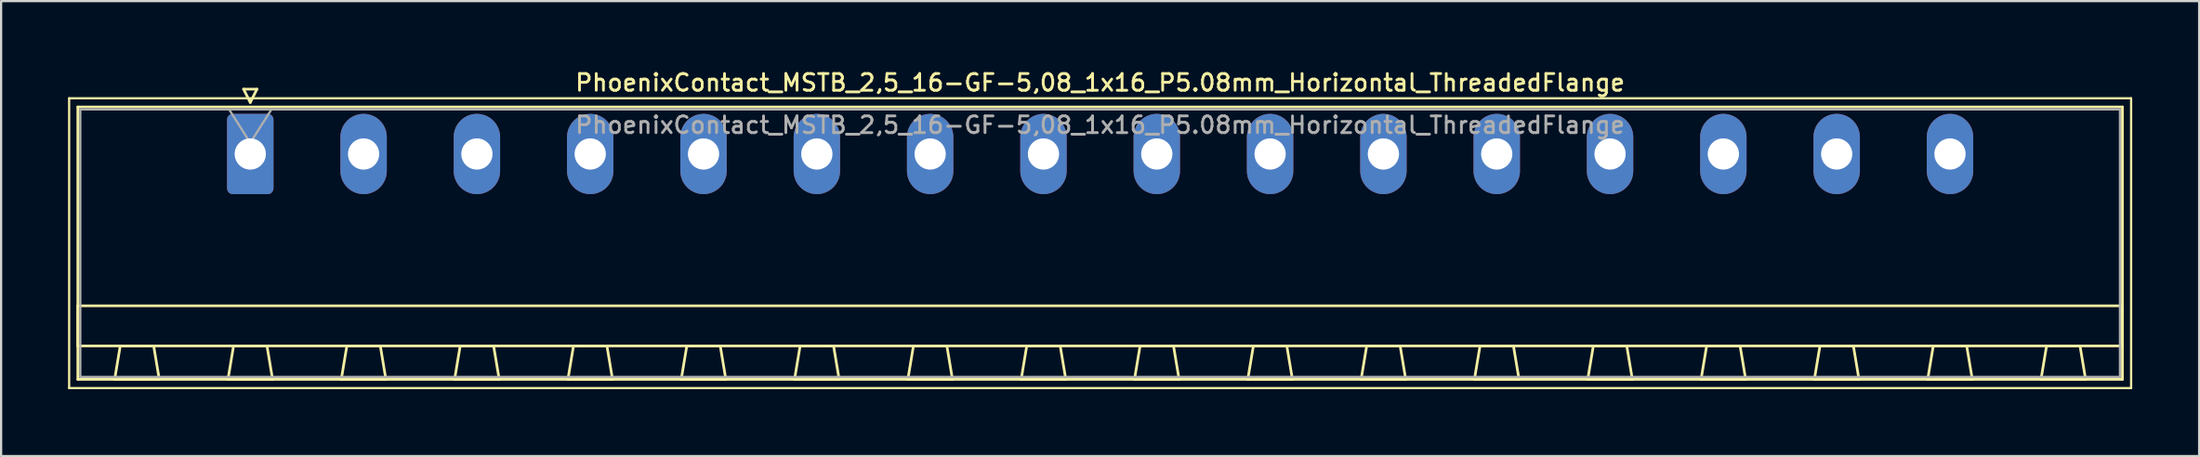
<source format=kicad_pcb>
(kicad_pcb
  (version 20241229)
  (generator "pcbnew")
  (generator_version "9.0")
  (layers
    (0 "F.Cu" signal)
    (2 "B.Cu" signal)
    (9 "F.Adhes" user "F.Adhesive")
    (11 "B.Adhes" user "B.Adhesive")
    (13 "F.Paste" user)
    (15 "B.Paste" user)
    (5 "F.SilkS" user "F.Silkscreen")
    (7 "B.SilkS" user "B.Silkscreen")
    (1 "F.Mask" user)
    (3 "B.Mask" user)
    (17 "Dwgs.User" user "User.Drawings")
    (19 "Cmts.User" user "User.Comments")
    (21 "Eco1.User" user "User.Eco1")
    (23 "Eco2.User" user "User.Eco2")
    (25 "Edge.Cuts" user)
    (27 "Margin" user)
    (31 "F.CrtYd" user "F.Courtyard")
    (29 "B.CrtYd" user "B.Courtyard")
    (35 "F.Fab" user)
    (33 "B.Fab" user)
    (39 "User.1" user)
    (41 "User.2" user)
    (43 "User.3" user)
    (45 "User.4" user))
  (footprint "PhoenixContact_MSTB_2,5_16-GF-5,08_1x16_P5.08mm_Horizontal_ThreadedFlange"
    (layer "F.Cu")
    (at 8.17 3.858)
    (property "Reference" "PhoenixContact_MSTB_2,5_16-GF-5,08_1x16_P5.08mm_Horizontal_ThreadedFlange" (at 38.1 -3.2 0) (layer "F.SilkS") (effects (font (size 0.75 0.75) (thickness 0.125))))
    (attr through_hole)
    (fp_line (start -8.12 -2.5) (end -8.12 10.5) (stroke (width 0.1) (type solid)) (layer "F.SilkS"))
    (fp_line (start -8.12 10.5) (end 84.32 10.5) (stroke (width 0.1) (type solid)) (layer "F.SilkS"))
    (fp_line (start -7.73 -2.11) (end -7.73 10.11) (stroke (width 0.12) (type solid)) (layer "F.SilkS"))
    (fp_line (start -7.73 6.81) (end 83.93 6.81) (stroke (width 0.12) (type solid)) (layer "F.SilkS"))
    (fp_line (start -7.73 8.61) (end -7.73 6.81) (stroke (width 0.12) (type solid)) (layer "F.SilkS"))
    (fp_line (start -7.73 10.11) (end 83.93 10.11) (stroke (width 0.12) (type solid)) (layer "F.SilkS"))
    (fp_line (start -6.08 10.11) (end -4.08 10.11) (stroke (width 0.12) (type solid)) (layer "F.SilkS"))
    (fp_line (start -5.83 8.61) (end -6.08 10.11) (stroke (width 0.12) (type solid)) (layer "F.SilkS"))
    (fp_line (start -4.33 8.61) (end -5.83 8.61) (stroke (width 0.12) (type solid)) (layer "F.SilkS"))
    (fp_line (start -4.08 10.11) (end -4.33 8.61) (stroke (width 0.12) (type solid)) (layer "F.SilkS"))
    (fp_line (start -1 10.11) (end 1 10.11) (stroke (width 0.12) (type solid)) (layer "F.SilkS"))
    (fp_line (start -0.75 8.61) (end -1 10.11) (stroke (width 0.12) (type solid)) (layer "F.SilkS"))
    (fp_line (start -0.3 -2.91) (end 0.3 -2.91) (stroke (width 0.12) (type solid)) (layer "F.SilkS"))
    (fp_line (start 0 -2.31) (end -0.3 -2.91) (stroke (width 0.12) (type solid)) (layer "F.SilkS"))
    (fp_line (start 0.3 -2.91) (end 0 -2.31) (stroke (width 0.12) (type solid)) (layer "F.SilkS"))
    (fp_line (start 0.75 8.61) (end -0.75 8.61) (stroke (width 0.12) (type solid)) (layer "F.SilkS"))
    (fp_line (start 1 10.11) (end 0.75 8.61) (stroke (width 0.12) (type solid)) (layer "F.SilkS"))
    (fp_line (start 4.08 10.11) (end 6.08 10.11) (stroke (width 0.12) (type solid)) (layer "F.SilkS"))
    (fp_line (start 4.33 8.61) (end 4.08 10.11) (stroke (width 0.12) (type solid)) (layer "F.SilkS"))
    (fp_line (start 5.83 8.61) (end 4.33 8.61) (stroke (width 0.12) (type solid)) (layer "F.SilkS"))
    (fp_line (start 6.08 10.11) (end 5.83 8.61) (stroke (width 0.12) (type solid)) (layer "F.SilkS"))
    (fp_line (start 9.16 10.11) (end 11.16 10.11) (stroke (width 0.12) (type solid)) (layer "F.SilkS"))
    (fp_line (start 9.41 8.61) (end 9.16 10.11) (stroke (width 0.12) (type solid)) (layer "F.SilkS"))
    (fp_line (start 10.91 8.61) (end 9.41 8.61) (stroke (width 0.12) (type solid)) (layer "F.SilkS"))
    (fp_line (start 11.16 10.11) (end 10.91 8.61) (stroke (width 0.12) (type solid)) (layer "F.SilkS"))
    (fp_line (start 14.24 10.11) (end 16.24 10.11) (stroke (width 0.12) (type solid)) (layer "F.SilkS"))
    (fp_line (start 14.49 8.61) (end 14.24 10.11) (stroke (width 0.12) (type solid)) (layer "F.SilkS"))
    (fp_line (start 15.99 8.61) (end 14.49 8.61) (stroke (width 0.12) (type solid)) (layer "F.SilkS"))
    (fp_line (start 16.24 10.11) (end 15.99 8.61) (stroke (width 0.12) (type solid)) (layer "F.SilkS"))
    (fp_line (start 19.32 10.11) (end 21.32 10.11) (stroke (width 0.12) (type solid)) (layer "F.SilkS"))
    (fp_line (start 19.57 8.61) (end 19.32 10.11) (stroke (width 0.12) (type solid)) (layer "F.SilkS"))
    (fp_line (start 21.07 8.61) (end 19.57 8.61) (stroke (width 0.12) (type solid)) (layer "F.SilkS"))
    (fp_line (start 21.32 10.11) (end 21.07 8.61) (stroke (width 0.12) (type solid)) (layer "F.SilkS"))
    (fp_line (start 24.4 10.11) (end 26.4 10.11) (stroke (width 0.12) (type solid)) (layer "F.SilkS"))
    (fp_line (start 24.65 8.61) (end 24.4 10.11) (stroke (width 0.12) (type solid)) (layer "F.SilkS"))
    (fp_line (start 26.15 8.61) (end 24.65 8.61) (stroke (width 0.12) (type solid)) (layer "F.SilkS"))
    (fp_line (start 26.4 10.11) (end 26.15 8.61) (stroke (width 0.12) (type solid)) (layer "F.SilkS"))
    (fp_line (start 29.48 10.11) (end 31.48 10.11) (stroke (width 0.12) (type solid)) (layer "F.SilkS"))
    (fp_line (start 29.73 8.61) (end 29.48 10.11) (stroke (width 0.12) (type solid)) (layer "F.SilkS"))
    (fp_line (start 31.23 8.61) (end 29.73 8.61) (stroke (width 0.12) (type solid)) (layer "F.SilkS"))
    (fp_line (start 31.48 10.11) (end 31.23 8.61) (stroke (width 0.12) (type solid)) (layer "F.SilkS"))
    (fp_line (start 34.56 10.11) (end 36.56 10.11) (stroke (width 0.12) (type solid)) (layer "F.SilkS"))
    (fp_line (start 34.81 8.61) (end 34.56 10.11) (stroke (width 0.12) (type solid)) (layer "F.SilkS"))
    (fp_line (start 36.31 8.61) (end 34.81 8.61) (stroke (width 0.12) (type solid)) (layer "F.SilkS"))
    (fp_line (start 36.56 10.11) (end 36.31 8.61) (stroke (width 0.12) (type solid)) (layer "F.SilkS"))
    (fp_line (start 39.64 10.11) (end 41.64 10.11) (stroke (width 0.12) (type solid)) (layer "F.SilkS"))
    (fp_line (start 39.89 8.61) (end 39.64 10.11) (stroke (width 0.12) (type solid)) (layer "F.SilkS"))
    (fp_line (start 41.39 8.61) (end 39.89 8.61) (stroke (width 0.12) (type solid)) (layer "F.SilkS"))
    (fp_line (start 41.64 10.11) (end 41.39 8.61) (stroke (width 0.12) (type solid)) (layer "F.SilkS"))
    (fp_line (start 44.72 10.11) (end 46.72 10.11) (stroke (width 0.12) (type solid)) (layer "F.SilkS"))
    (fp_line (start 44.97 8.61) (end 44.72 10.11) (stroke (width 0.12) (type solid)) (layer "F.SilkS"))
    (fp_line (start 46.47 8.61) (end 44.97 8.61) (stroke (width 0.12) (type solid)) (layer "F.SilkS"))
    (fp_line (start 46.72 10.11) (end 46.47 8.61) (stroke (width 0.12) (type solid)) (layer "F.SilkS"))
    (fp_line (start 49.8 10.11) (end 51.8 10.11) (stroke (width 0.12) (type solid)) (layer "F.SilkS"))
    (fp_line (start 50.05 8.61) (end 49.8 10.11) (stroke (width 0.12) (type solid)) (layer "F.SilkS"))
    (fp_line (start 51.55 8.61) (end 50.05 8.61) (stroke (width 0.12) (type solid)) (layer "F.SilkS"))
    (fp_line (start 51.8 10.11) (end 51.55 8.61) (stroke (width 0.12) (type solid)) (layer "F.SilkS"))
    (fp_line (start 54.88 10.11) (end 56.88 10.11) (stroke (width 0.12) (type solid)) (layer "F.SilkS"))
    (fp_line (start 55.13 8.61) (end 54.88 10.11) (stroke (width 0.12) (type solid)) (layer "F.SilkS"))
    (fp_line (start 56.63 8.61) (end 55.13 8.61) (stroke (width 0.12) (type solid)) (layer "F.SilkS"))
    (fp_line (start 56.88 10.11) (end 56.63 8.61) (stroke (width 0.12) (type solid)) (layer "F.SilkS"))
    (fp_line (start 59.96 10.11) (end 61.96 10.11) (stroke (width 0.12) (type solid)) (layer "F.SilkS"))
    (fp_line (start 60.21 8.61) (end 59.96 10.11) (stroke (width 0.12) (type solid)) (layer "F.SilkS"))
    (fp_line (start 61.71 8.61) (end 60.21 8.61) (stroke (width 0.12) (type solid)) (layer "F.SilkS"))
    (fp_line (start 61.96 10.11) (end 61.71 8.61) (stroke (width 0.12) (type solid)) (layer "F.SilkS"))
    (fp_line (start 65.04 10.11) (end 67.04 10.11) (stroke (width 0.12) (type solid)) (layer "F.SilkS"))
    (fp_line (start 65.29 8.61) (end 65.04 10.11) (stroke (width 0.12) (type solid)) (layer "F.SilkS"))
    (fp_line (start 66.79 8.61) (end 65.29 8.61) (stroke (width 0.12) (type solid)) (layer "F.SilkS"))
    (fp_line (start 67.04 10.11) (end 66.79 8.61) (stroke (width 0.12) (type solid)) (layer "F.SilkS"))
    (fp_line (start 70.12 10.11) (end 72.12 10.11) (stroke (width 0.12) (type solid)) (layer "F.SilkS"))
    (fp_line (start 70.37 8.61) (end 70.12 10.11) (stroke (width 0.12) (type solid)) (layer "F.SilkS"))
    (fp_line (start 71.87 8.61) (end 70.37 8.61) (stroke (width 0.12) (type solid)) (layer "F.SilkS"))
    (fp_line (start 72.12 10.11) (end 71.87 8.61) (stroke (width 0.12) (type solid)) (layer "F.SilkS"))
    (fp_line (start 75.2 10.11) (end 77.2 10.11) (stroke (width 0.12) (type solid)) (layer "F.SilkS"))
    (fp_line (start 75.45 8.61) (end 75.2 10.11) (stroke (width 0.12) (type solid)) (layer "F.SilkS"))
    (fp_line (start 76.95 8.61) (end 75.45 8.61) (stroke (width 0.12) (type solid)) (layer "F.SilkS"))
    (fp_line (start 77.2 10.11) (end 76.95 8.61) (stroke (width 0.12) (type solid)) (layer "F.SilkS"))
    (fp_line (start 80.28 10.11) (end 82.28 10.11) (stroke (width 0.12) (type solid)) (layer "F.SilkS"))
    (fp_line (start 80.53 8.61) (end 80.28 10.11) (stroke (width 0.12) (type solid)) (layer "F.SilkS"))
    (fp_line (start 82.03 8.61) (end 80.53 8.61) (stroke (width 0.12) (type solid)) (layer "F.SilkS"))
    (fp_line (start 82.28 10.11) (end 82.03 8.61) (stroke (width 0.12) (type solid)) (layer "F.SilkS"))
    (fp_line (start 83.93 -2.11) (end -7.73 -2.11) (stroke (width 0.12) (type solid)) (layer "F.SilkS"))
    (fp_line (start 83.93 6.81) (end 83.93 8.61) (stroke (width 0.12) (type solid)) (layer "F.SilkS"))
    (fp_line (start 83.93 8.61) (end -7.73 8.61) (stroke (width 0.12) (type solid)) (layer "F.SilkS"))
    (fp_line (start 83.93 10.11) (end 83.93 -2.11) (stroke (width 0.12) (type solid)) (layer "F.SilkS"))
    (fp_line (start 84.32 -2.5) (end -8.12 -2.5) (stroke (width 0.1) (type solid)) (layer "F.SilkS"))
    (fp_line (start 84.32 10.5) (end 84.32 -2.5) (stroke (width 0.1) (type solid)) (layer "F.SilkS"))
    (fp_line (start -7.62 -2) (end -7.62 10) (stroke (width 0.1) (type solid)) (layer "F.Fab"))
    (fp_line (start -7.62 10) (end 83.82 10) (stroke (width 0.1) (type solid)) (layer "F.Fab"))
    (fp_line (start 0 -0.5) (end -0.95 -2) (stroke (width 0.1) (type solid)) (layer "F.Fab"))
    (fp_line (start 0.95 -2) (end 0 -0.5) (stroke (width 0.1) (type solid)) (layer "F.Fab"))
    (fp_line (start 83.82 -2) (end -7.62 -2) (stroke (width 0.1) (type solid)) (layer "F.Fab"))
    (fp_line (start 83.82 10) (end 83.82 -2) (stroke (width 0.1) (type solid)) (layer "F.Fab"))
    (fp_text user "${REFERENCE}" (at 38.1 -1.3 0) (layer "F.Fab") (effects (font (size 0.75 0.75) (thickness 0.125))))
    (pad "1" thru_hole roundrect (at 0 0) (size 2.08 3.6) (drill 1.4) (layers "*.Cu" "*.Mask") (roundrect_rratio 0.12))
    (pad "2" thru_hole oval (at 5.08 0) (size 2.08 3.6) (drill 1.4) (layers "*.Cu" "*.Mask"))
    (pad "3" thru_hole oval (at 10.16 0) (size 2.08 3.6) (drill 1.4) (layers "*.Cu" "*.Mask"))
    (pad "4" thru_hole oval (at 15.24 0) (size 2.08 3.6) (drill 1.4) (layers "*.Cu" "*.Mask"))
    (pad "5" thru_hole oval (at 20.32 0) (size 2.08 3.6) (drill 1.4) (layers "*.Cu" "*.Mask"))
    (pad "6" thru_hole oval (at 25.4 0) (size 2.08 3.6) (drill 1.4) (layers "*.Cu" "*.Mask"))
    (pad "7" thru_hole oval (at 30.48 0) (size 2.08 3.6) (drill 1.4) (layers "*.Cu" "*.Mask"))
    (pad "8" thru_hole oval (at 35.56 0) (size 2.08 3.6) (drill 1.4) (layers "*.Cu" "*.Mask"))
    (pad "9" thru_hole oval (at 40.64 0) (size 2.08 3.6) (drill 1.4) (layers "*.Cu" "*.Mask"))
    (pad "10" thru_hole oval (at 45.72 0) (size 2.08 3.6) (drill 1.4) (layers "*.Cu" "*.Mask"))
    (pad "11" thru_hole oval (at 50.8 0) (size 2.08 3.6) (drill 1.4) (layers "*.Cu" "*.Mask"))
    (pad "12" thru_hole oval (at 55.88 0) (size 2.08 3.6) (drill 1.4) (layers "*.Cu" "*.Mask"))
    (pad "13" thru_hole oval (at 60.96 0) (size 2.08 3.6) (drill 1.4) (layers "*.Cu" "*.Mask"))
    (pad "14" thru_hole oval (at 66.04 0) (size 2.08 3.6) (drill 1.4) (layers "*.Cu" "*.Mask"))
    (pad "15" thru_hole oval (at 71.12 0) (size 2.08 3.6) (drill 1.4) (layers "*.Cu" "*.Mask"))
    (pad "16" thru_hole oval (at 76.2 0) (size 2.08 3.6) (drill 1.4) (layers "*.Cu" "*.Mask")))
  (gr_rect
    (start -3 -3)
    (end 95.54 17.408)
    (stroke (width 0.1) (type default))
    (fill no)
    (layer "Edge.Cuts")))
</source>
